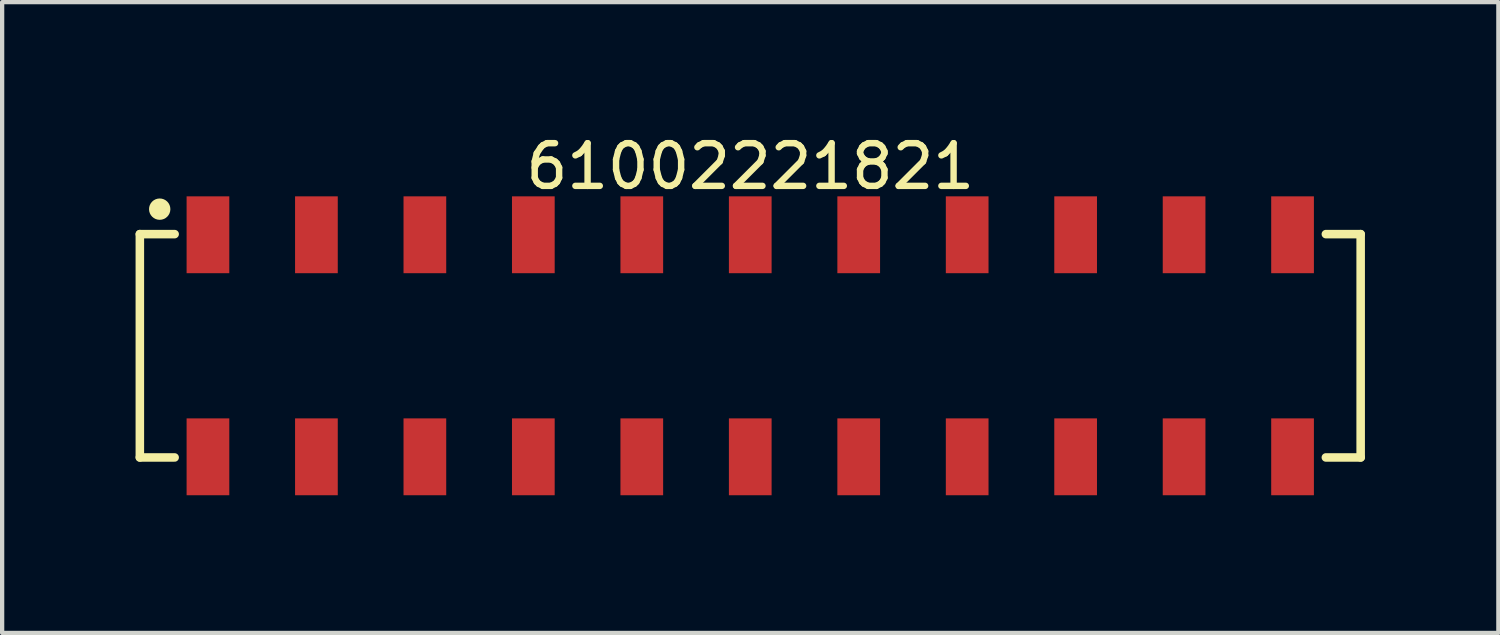
<source format=kicad_pcb>
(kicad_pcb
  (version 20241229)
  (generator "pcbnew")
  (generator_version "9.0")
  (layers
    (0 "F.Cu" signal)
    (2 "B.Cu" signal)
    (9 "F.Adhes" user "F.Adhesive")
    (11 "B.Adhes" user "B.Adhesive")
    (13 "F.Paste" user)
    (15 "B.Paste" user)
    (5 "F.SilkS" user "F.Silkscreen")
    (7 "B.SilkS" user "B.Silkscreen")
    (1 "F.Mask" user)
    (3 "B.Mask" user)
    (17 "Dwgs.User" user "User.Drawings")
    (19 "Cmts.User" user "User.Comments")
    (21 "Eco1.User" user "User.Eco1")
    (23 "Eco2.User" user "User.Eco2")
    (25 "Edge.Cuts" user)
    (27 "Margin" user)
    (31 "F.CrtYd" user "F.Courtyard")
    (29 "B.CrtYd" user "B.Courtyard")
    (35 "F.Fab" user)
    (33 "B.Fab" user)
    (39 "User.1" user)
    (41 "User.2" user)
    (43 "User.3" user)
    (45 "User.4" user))
  (footprint "61002221821"
    (layer "F.Cu")
    (at 14.52 5.048)
    (property "Reference" "61002221821" (at 0 -4.2 0) (layer "F.SilkS") (effects (font (size 1 1) (thickness 0.15))))
    (fp_line (start -14.295 -2.615) (end -13.48 -2.615) (stroke (width 0.2) (type solid)) (layer "F.SilkS"))
    (fp_line (start -14.295 2.615) (end -14.295 -2.615) (stroke (width 0.2) (type solid)) (layer "F.SilkS"))
    (fp_line (start -14.295 2.615) (end -13.48 2.615) (stroke (width 0.2) (type solid)) (layer "F.SilkS"))
    (fp_line (start 13.48 -2.615) (end 14.295 -2.615) (stroke (width 0.2) (type solid)) (layer "F.SilkS"))
    (fp_line (start 13.48 2.615) (end 14.295 2.615) (stroke (width 0.2) (type solid)) (layer "F.SilkS"))
    (fp_line (start 14.295 2.615) (end 14.295 -2.615) (stroke (width 0.2) (type solid)) (layer "F.SilkS"))
    (fp_circle (center -13.83 -3.2) (end -13.83 -3.325) (stroke (width 0.25) (type solid)) (fill no) (layer "F.SilkS"))
    (fp_line (start -14.495 -3.7) (end 14.495 -3.7) (stroke (width 0.05) (type solid)) (layer "Eco2.User"))
    (fp_line (start -14.495 3.7) (end -14.495 -3.7) (stroke (width 0.05) (type solid)) (layer "Eco2.User"))
    (fp_line (start -14.495 3.7) (end 14.495 3.7) (stroke (width 0.05) (type solid)) (layer "Eco2.User"))
    (fp_line (start -14.22 -2.54) (end 14.22 -2.54) (stroke (width 0.1) (type solid)) (layer "Eco2.User"))
    (fp_line (start -14.22 2.54) (end -14.22 -2.54) (stroke (width 0.1) (type solid)) (layer "Eco2.User"))
    (fp_line (start -14.22 2.54) (end 14.22 2.54) (stroke (width 0.1) (type solid)) (layer "Eco2.User"))
    (fp_line (start -13.02 -3.35) (end -12.38 -3.35) (stroke (width 0.1) (type solid)) (layer "Eco2.User"))
    (fp_line (start -13.02 -2.54) (end -13.02 -3.35) (stroke (width 0.1) (type solid)) (layer "Eco2.User"))
    (fp_line (start -13.02 3.35) (end -13.02 2.54) (stroke (width 0.1) (type solid)) (layer "Eco2.User"))
    (fp_line (start -13.02 3.35) (end -12.38 3.35) (stroke (width 0.1) (type solid)) (layer "Eco2.User"))
    (fp_line (start -12.38 -2.54) (end -12.38 -3.35) (stroke (width 0.1) (type solid)) (layer "Eco2.User"))
    (fp_line (start -12.38 3.35) (end -12.38 2.54) (stroke (width 0.1) (type solid)) (layer "Eco2.User"))
    (fp_line (start -10.48 -3.35) (end -9.84 -3.35) (stroke (width 0.1) (type solid)) (layer "Eco2.User"))
    (fp_line (start -10.48 -2.54) (end -10.48 -3.35) (stroke (width 0.1) (type solid)) (layer "Eco2.User"))
    (fp_line (start -10.48 3.35) (end -10.48 2.54) (stroke (width 0.1) (type solid)) (layer "Eco2.User"))
    (fp_line (start -10.48 3.35) (end -9.84 3.35) (stroke (width 0.1) (type solid)) (layer "Eco2.User"))
    (fp_line (start -9.84 -2.54) (end -9.84 -3.35) (stroke (width 0.1) (type solid)) (layer "Eco2.User"))
    (fp_line (start -9.84 3.35) (end -9.84 2.54) (stroke (width 0.1) (type solid)) (layer "Eco2.User"))
    (fp_line (start -7.94 -3.35) (end -7.3 -3.35) (stroke (width 0.1) (type solid)) (layer "Eco2.User"))
    (fp_line (start -7.94 -2.54) (end -7.94 -3.35) (stroke (width 0.1) (type solid)) (layer "Eco2.User"))
    (fp_line (start -7.94 3.35) (end -7.94 2.54) (stroke (width 0.1) (type solid)) (layer "Eco2.User"))
    (fp_line (start -7.94 3.35) (end -7.3 3.35) (stroke (width 0.1) (type solid)) (layer "Eco2.User"))
    (fp_line (start -7.3 -2.54) (end -7.3 -3.35) (stroke (width 0.1) (type solid)) (layer "Eco2.User"))
    (fp_line (start -7.3 3.35) (end -7.3 2.54) (stroke (width 0.1) (type solid)) (layer "Eco2.User"))
    (fp_line (start -5.4 -3.35) (end -4.76 -3.35) (stroke (width 0.1) (type solid)) (layer "Eco2.User"))
    (fp_line (start -5.4 -2.54) (end -5.4 -3.35) (stroke (width 0.1) (type solid)) (layer "Eco2.User"))
    (fp_line (start -5.4 3.35) (end -5.4 2.54) (stroke (width 0.1) (type solid)) (layer "Eco2.User"))
    (fp_line (start -5.4 3.35) (end -4.76 3.35) (stroke (width 0.1) (type solid)) (layer "Eco2.User"))
    (fp_line (start -4.76 -2.54) (end -4.76 -3.35) (stroke (width 0.1) (type solid)) (layer "Eco2.User"))
    (fp_line (start -4.76 3.35) (end -4.76 2.54) (stroke (width 0.1) (type solid)) (layer "Eco2.User"))
    (fp_line (start -2.86 -3.35) (end -2.22 -3.35) (stroke (width 0.1) (type solid)) (layer "Eco2.User"))
    (fp_line (start -2.86 -2.54) (end -2.86 -3.35) (stroke (width 0.1) (type solid)) (layer "Eco2.User"))
    (fp_line (start -2.86 3.35) (end -2.86 2.54) (stroke (width 0.1) (type solid)) (layer "Eco2.User"))
    (fp_line (start -2.86 3.35) (end -2.22 3.35) (stroke (width 0.1) (type solid)) (layer "Eco2.User"))
    (fp_line (start -2.22 -2.54) (end -2.22 -3.35) (stroke (width 0.1) (type solid)) (layer "Eco2.User"))
    (fp_line (start -2.22 3.35) (end -2.22 2.54) (stroke (width 0.1) (type solid)) (layer "Eco2.User"))
    (fp_line (start -0.5 0) (end 0.5 0) (stroke (width 0.05) (type solid)) (layer "Eco2.User"))
    (fp_line (start -0.32 -3.35) (end 0.32 -3.35) (stroke (width 0.1) (type solid)) (layer "Eco2.User"))
    (fp_line (start -0.32 -2.54) (end -0.32 -3.35) (stroke (width 0.1) (type solid)) (layer "Eco2.User"))
    (fp_line (start -0.32 3.35) (end -0.32 2.54) (stroke (width 0.1) (type solid)) (layer "Eco2.User"))
    (fp_line (start -0.32 3.35) (end 0.32 3.35) (stroke (width 0.1) (type solid)) (layer "Eco2.User"))
    (fp_line (start 0 0.5) (end 0 -0.5) (stroke (width 0.05) (type solid)) (layer "Eco2.User"))
    (fp_line (start 0.32 -2.54) (end 0.32 -3.35) (stroke (width 0.1) (type solid)) (layer "Eco2.User"))
    (fp_line (start 0.32 3.35) (end 0.32 2.54) (stroke (width 0.1) (type solid)) (layer "Eco2.User"))
    (fp_line (start 2.22 -3.35) (end 2.86 -3.35) (stroke (width 0.1) (type solid)) (layer "Eco2.User"))
    (fp_line (start 2.22 -2.54) (end 2.22 -3.35) (stroke (width 0.1) (type solid)) (layer "Eco2.User"))
    (fp_line (start 2.22 3.35) (end 2.22 2.54) (stroke (width 0.1) (type solid)) (layer "Eco2.User"))
    (fp_line (start 2.22 3.35) (end 2.86 3.35) (stroke (width 0.1) (type solid)) (layer "Eco2.User"))
    (fp_line (start 2.86 -2.54) (end 2.86 -3.35) (stroke (width 0.1) (type solid)) (layer "Eco2.User"))
    (fp_line (start 2.86 3.35) (end 2.86 2.54) (stroke (width 0.1) (type solid)) (layer "Eco2.User"))
    (fp_line (start 4.76 -3.35) (end 5.4 -3.35) (stroke (width 0.1) (type solid)) (layer "Eco2.User"))
    (fp_line (start 4.76 -2.54) (end 4.76 -3.35) (stroke (width 0.1) (type solid)) (layer "Eco2.User"))
    (fp_line (start 4.76 3.35) (end 4.76 2.54) (stroke (width 0.1) (type solid)) (layer "Eco2.User"))
    (fp_line (start 4.76 3.35) (end 5.4 3.35) (stroke (width 0.1) (type solid)) (layer "Eco2.User"))
    (fp_line (start 5.4 -2.54) (end 5.4 -3.35) (stroke (width 0.1) (type solid)) (layer "Eco2.User"))
    (fp_line (start 5.4 3.35) (end 5.4 2.54) (stroke (width 0.1) (type solid)) (layer "Eco2.User"))
    (fp_line (start 7.3 -3.35) (end 7.94 -3.35) (stroke (width 0.1) (type solid)) (layer "Eco2.User"))
    (fp_line (start 7.3 -2.54) (end 7.3 -3.35) (stroke (width 0.1) (type solid)) (layer "Eco2.User"))
    (fp_line (start 7.3 3.35) (end 7.3 2.54) (stroke (width 0.1) (type solid)) (layer "Eco2.User"))
    (fp_line (start 7.3 3.35) (end 7.94 3.35) (stroke (width 0.1) (type solid)) (layer "Eco2.User"))
    (fp_line (start 7.94 -2.54) (end 7.94 -3.35) (stroke (width 0.1) (type solid)) (layer "Eco2.User"))
    (fp_line (start 7.94 3.35) (end 7.94 2.54) (stroke (width 0.1) (type solid)) (layer "Eco2.User"))
    (fp_line (start 9.84 -3.35) (end 10.48 -3.35) (stroke (width 0.1) (type solid)) (layer "Eco2.User"))
    (fp_line (start 9.84 -2.54) (end 9.84 -3.35) (stroke (width 0.1) (type solid)) (layer "Eco2.User"))
    (fp_line (start 9.84 3.35) (end 9.84 2.54) (stroke (width 0.1) (type solid)) (layer "Eco2.User"))
    (fp_line (start 9.84 3.35) (end 10.48 3.35) (stroke (width 0.1) (type solid)) (layer "Eco2.User"))
    (fp_line (start 10.48 -2.54) (end 10.48 -3.35) (stroke (width 0.1) (type solid)) (layer "Eco2.User"))
    (fp_line (start 10.48 3.35) (end 10.48 2.54) (stroke (width 0.1) (type solid)) (layer "Eco2.User"))
    (fp_line (start 12.38 -3.35) (end 13.02 -3.35) (stroke (width 0.1) (type solid)) (layer "Eco2.User"))
    (fp_line (start 12.38 -2.54) (end 12.38 -3.35) (stroke (width 0.1) (type solid)) (layer "Eco2.User"))
    (fp_line (start 12.38 3.35) (end 12.38 2.54) (stroke (width 0.1) (type solid)) (layer "Eco2.User"))
    (fp_line (start 12.38 3.35) (end 13.02 3.35) (stroke (width 0.1) (type solid)) (layer "Eco2.User"))
    (fp_line (start 13.02 -2.54) (end 13.02 -3.35) (stroke (width 0.1) (type solid)) (layer "Eco2.User"))
    (fp_line (start 13.02 3.35) (end 13.02 2.54) (stroke (width 0.1) (type solid)) (layer "Eco2.User"))
    (fp_line (start 14.22 2.54) (end 14.22 -2.54) (stroke (width 0.1) (type solid)) (layer "Eco2.User"))
    (fp_line (start 14.495 3.7) (end 14.495 -3.7) (stroke (width 0.05) (type solid)) (layer "Eco2.User"))
    (fp_text user "${REFERENCE}" (at 0.15 -0.197 0) (unlocked yes) (layer "User.3") (effects (font (size 1.5 1.5) (thickness 0.15))))
    (pad "1" smd rect (at -12.7 -2.6) (size 1 1.8) (layers "F.Cu" "F.Mask" "F.Paste"))
    (pad "2" smd rect (at -12.7 2.6) (size 1 1.8) (layers "F.Cu" "F.Mask" "F.Paste"))
    (pad "3" smd rect (at -10.16 -2.6) (size 1 1.8) (layers "F.Cu" "F.Mask" "F.Paste"))
    (pad "4" smd rect (at -10.16 2.6) (size 1 1.8) (layers "F.Cu" "F.Mask" "F.Paste"))
    (pad "5" smd rect (at -7.62 -2.6) (size 1 1.8) (layers "F.Cu" "F.Mask" "F.Paste"))
    (pad "6" smd rect (at -7.62 2.6) (size 1 1.8) (layers "F.Cu" "F.Mask" "F.Paste"))
    (pad "7" smd rect (at -5.08 -2.6) (size 1 1.8) (layers "F.Cu" "F.Mask" "F.Paste"))
    (pad "8" smd rect (at -5.08 2.6) (size 1 1.8) (layers "F.Cu" "F.Mask" "F.Paste"))
    (pad "9" smd rect (at -2.54 -2.6) (size 1 1.8) (layers "F.Cu" "F.Mask" "F.Paste"))
    (pad "10" smd rect (at -2.54 2.6) (size 1 1.8) (layers "F.Cu" "F.Mask" "F.Paste"))
    (pad "11" smd rect (at 0 -2.6) (size 1 1.8) (layers "F.Cu" "F.Mask" "F.Paste"))
    (pad "12" smd rect (at 0 2.6) (size 1 1.8) (layers "F.Cu" "F.Mask" "F.Paste"))
    (pad "13" smd rect (at 2.54 -2.6) (size 1 1.8) (layers "F.Cu" "F.Mask" "F.Paste"))
    (pad "14" smd rect (at 2.54 2.6) (size 1 1.8) (layers "F.Cu" "F.Mask" "F.Paste"))
    (pad "15" smd rect (at 5.08 -2.6) (size 1 1.8) (layers "F.Cu" "F.Mask" "F.Paste"))
    (pad "16" smd rect (at 5.08 2.6) (size 1 1.8) (layers "F.Cu" "F.Mask" "F.Paste"))
    (pad "17" smd rect (at 7.62 -2.6) (size 1 1.8) (layers "F.Cu" "F.Mask" "F.Paste"))
    (pad "18" smd rect (at 7.62 2.6) (size 1 1.8) (layers "F.Cu" "F.Mask" "F.Paste"))
    (pad "19" smd rect (at 10.16 -2.6) (size 1 1.8) (layers "F.Cu" "F.Mask" "F.Paste"))
    (pad "20" smd rect (at 10.16 2.6) (size 1 1.8) (layers "F.Cu" "F.Mask" "F.Paste"))
    (pad "21" smd rect (at 12.7 -2.6) (size 1 1.8) (layers "F.Cu" "F.Mask" "F.Paste"))
    (pad "22" smd rect (at 12.7 2.6) (size 1 1.8) (layers "F.Cu" "F.Mask" "F.Paste")))
  (gr_rect
    (start -3 -3)
    (end 32.04 11.773)
    (stroke (width 0.1) (type default))
    (fill no)
    (layer "Edge.Cuts")))
</source>
